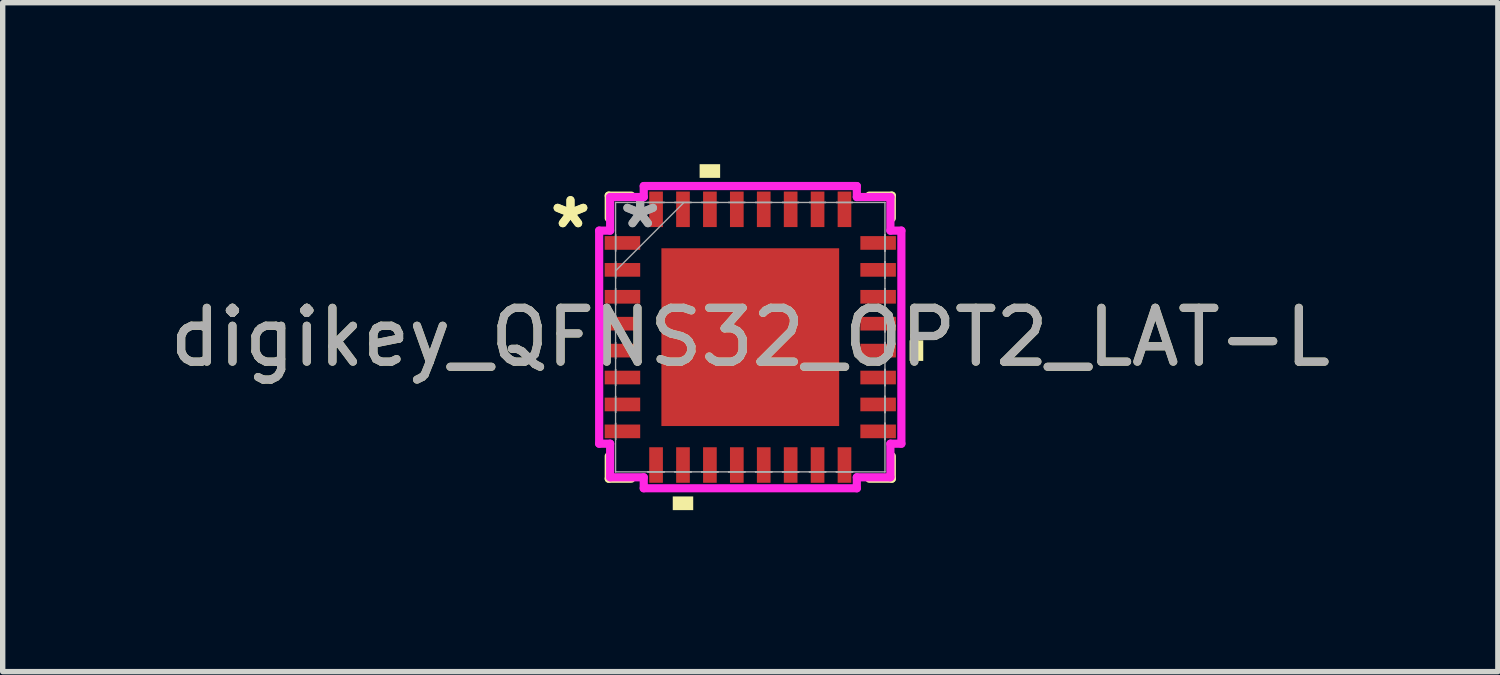
<source format=kicad_pcb>
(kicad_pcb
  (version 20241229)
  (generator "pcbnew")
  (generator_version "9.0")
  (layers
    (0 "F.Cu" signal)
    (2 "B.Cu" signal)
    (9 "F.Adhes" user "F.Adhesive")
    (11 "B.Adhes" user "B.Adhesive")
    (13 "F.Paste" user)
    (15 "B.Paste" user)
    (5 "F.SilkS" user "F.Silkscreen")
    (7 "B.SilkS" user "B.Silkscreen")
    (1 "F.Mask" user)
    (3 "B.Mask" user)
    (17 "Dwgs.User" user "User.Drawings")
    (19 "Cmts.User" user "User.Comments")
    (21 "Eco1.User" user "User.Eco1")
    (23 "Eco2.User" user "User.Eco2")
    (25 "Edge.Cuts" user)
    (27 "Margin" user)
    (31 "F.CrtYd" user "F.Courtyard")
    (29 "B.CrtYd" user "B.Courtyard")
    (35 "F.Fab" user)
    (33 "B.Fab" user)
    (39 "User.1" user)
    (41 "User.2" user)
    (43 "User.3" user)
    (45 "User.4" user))
  (footprint "digikey_QFNS32_OPT2_LAT-L"
    (layer "F.Cu")
    (at 10.887 3.213)
    (property "Reference" "digikey_QFNS32_OPT2_LAT-L" (at 0 0 0) (unlocked yes) (layer "F.SilkS") (effects (font (size 1 1) (thickness 0.15))))
    (attr smd)
    (fp_line (start -2.629 -2.629) (end -2.629 -2.21) (stroke (width 0.152) (type solid)) (layer "F.SilkS"))
    (fp_line (start -2.629 2.21) (end -2.629 2.629) (stroke (width 0.152) (type solid)) (layer "F.SilkS"))
    (fp_line (start -2.629 2.629) (end -2.21 2.629) (stroke (width 0.152) (type solid)) (layer "F.SilkS"))
    (fp_line (start -2.21 -2.629) (end -2.629 -2.629) (stroke (width 0.152) (type solid)) (layer "F.SilkS"))
    (fp_line (start 2.21 2.629) (end 2.629 2.629) (stroke (width 0.152) (type solid)) (layer "F.SilkS"))
    (fp_line (start 2.629 -2.629) (end 2.21 -2.629) (stroke (width 0.152) (type solid)) (layer "F.SilkS"))
    (fp_line (start 2.629 -2.21) (end 2.629 -2.629) (stroke (width 0.152) (type solid)) (layer "F.SilkS"))
    (fp_line (start 2.629 2.629) (end 2.629 2.21) (stroke (width 0.152) (type solid)) (layer "F.SilkS"))
    (fp_poly (pts (xy -1.44 2.959) (xy -1.44 3.213) (xy -1.06 3.213) (xy -1.06 2.959)) (stroke (width 0) (type solid)) (fill yes) (layer "F.SilkS"))
    (fp_poly (pts (xy -0.941 -2.959) (xy -0.941 -3.213) (xy -0.56 -3.213) (xy -0.56 -2.959)) (stroke (width 0) (type solid)) (fill yes) (layer "F.SilkS"))
    (fp_poly (pts (xy 3.213 0.059) (xy 3.213 0.441) (xy 2.959 0.441) (xy 2.959 0.059)) (stroke (width 0) (type solid)) (fill yes) (layer "F.SilkS"))
    (fp_poly (pts (xy -1.551 -1.551) (xy -1.551 -0.1) (xy -0.1 -0.1) (xy -0.1 -1.551)) (stroke (width 0) (type solid)) (fill yes) (layer "F.Paste"))
    (fp_poly (pts (xy -1.551 0.1) (xy -1.551 1.551) (xy -0.1 1.551) (xy -0.1 0.1)) (stroke (width 0) (type solid)) (fill yes) (layer "F.Paste"))
    (fp_poly (pts (xy 0.1 -1.551) (xy 0.1 -0.1) (xy 1.551 -0.1) (xy 1.551 -1.551)) (stroke (width 0) (type solid)) (fill yes) (layer "F.Paste"))
    (fp_poly (pts (xy 0.1 0.1) (xy 0.1 1.551) (xy 1.551 1.551) (xy 1.551 0.1)) (stroke (width 0) (type solid)) (fill yes) (layer "F.Paste"))
    (fp_line (start -2.807 -1.979) (end -2.603 -1.979) (stroke (width 0.152) (type solid)) (layer "F.CrtYd"))
    (fp_line (start -2.807 1.979) (end -2.807 -1.979) (stroke (width 0.152) (type solid)) (layer "F.CrtYd"))
    (fp_line (start -2.603 -2.603) (end -1.979 -2.603) (stroke (width 0.152) (type solid)) (layer "F.CrtYd"))
    (fp_line (start -2.603 -1.979) (end -2.603 -2.603) (stroke (width 0.152) (type solid)) (layer "F.CrtYd"))
    (fp_line (start -2.603 1.979) (end -2.807 1.979) (stroke (width 0.152) (type solid)) (layer "F.CrtYd"))
    (fp_line (start -2.603 2.603) (end -2.603 1.979) (stroke (width 0.152) (type solid)) (layer "F.CrtYd"))
    (fp_line (start -1.979 -2.807) (end 1.979 -2.807) (stroke (width 0.152) (type solid)) (layer "F.CrtYd"))
    (fp_line (start -1.979 -2.603) (end -1.979 -2.807) (stroke (width 0.152) (type solid)) (layer "F.CrtYd"))
    (fp_line (start -1.979 2.603) (end -2.603 2.603) (stroke (width 0.152) (type solid)) (layer "F.CrtYd"))
    (fp_line (start -1.979 2.807) (end -1.979 2.603) (stroke (width 0.152) (type solid)) (layer "F.CrtYd"))
    (fp_line (start 1.979 -2.807) (end 1.979 -2.603) (stroke (width 0.152) (type solid)) (layer "F.CrtYd"))
    (fp_line (start 1.979 -2.603) (end 2.603 -2.603) (stroke (width 0.152) (type solid)) (layer "F.CrtYd"))
    (fp_line (start 1.979 2.603) (end 1.979 2.807) (stroke (width 0.152) (type solid)) (layer "F.CrtYd"))
    (fp_line (start 1.979 2.807) (end -1.979 2.807) (stroke (width 0.152) (type solid)) (layer "F.CrtYd"))
    (fp_line (start 2.603 -2.603) (end 2.603 -1.979) (stroke (width 0.152) (type solid)) (layer "F.CrtYd"))
    (fp_line (start 2.603 -1.979) (end 2.807 -1.979) (stroke (width 0.152) (type solid)) (layer "F.CrtYd"))
    (fp_line (start 2.603 1.979) (end 2.603 2.603) (stroke (width 0.152) (type solid)) (layer "F.CrtYd"))
    (fp_line (start 2.603 2.603) (end 1.979 2.603) (stroke (width 0.152) (type solid)) (layer "F.CrtYd"))
    (fp_line (start 2.807 -1.979) (end 2.807 1.979) (stroke (width 0.152) (type solid)) (layer "F.CrtYd"))
    (fp_line (start 2.807 1.979) (end 2.603 1.979) (stroke (width 0.152) (type solid)) (layer "F.CrtYd"))
    (fp_line (start -2.502 -2.502) (end -2.502 -2.502) (stroke (width 0.025) (type solid)) (layer "F.Fab"))
    (fp_line (start -2.502 -2.502) (end -2.502 2.502) (stroke (width 0.025) (type solid)) (layer "F.Fab"))
    (fp_line (start -2.502 -1.902) (end -2.502 -1.902) (stroke (width 0.025) (type solid)) (layer "F.Fab"))
    (fp_line (start -2.502 -1.902) (end -2.502 -1.598) (stroke (width 0.025) (type solid)) (layer "F.Fab"))
    (fp_line (start -2.502 -1.598) (end -2.502 -1.902) (stroke (width 0.025) (type solid)) (layer "F.Fab"))
    (fp_line (start -2.502 -1.598) (end -2.502 -1.598) (stroke (width 0.025) (type solid)) (layer "F.Fab"))
    (fp_line (start -2.502 -1.402) (end -2.502 -1.402) (stroke (width 0.025) (type solid)) (layer "F.Fab"))
    (fp_line (start -2.502 -1.402) (end -2.502 -1.098) (stroke (width 0.025) (type solid)) (layer "F.Fab"))
    (fp_line (start -2.502 -1.232) (end -1.232 -2.502) (stroke (width 0.025) (type solid)) (layer "F.Fab"))
    (fp_line (start -2.502 -1.098) (end -2.502 -1.402) (stroke (width 0.025) (type solid)) (layer "F.Fab"))
    (fp_line (start -2.502 -1.098) (end -2.502 -1.098) (stroke (width 0.025) (type solid)) (layer "F.Fab"))
    (fp_line (start -2.502 -0.902) (end -2.502 -0.902) (stroke (width 0.025) (type solid)) (layer "F.Fab"))
    (fp_line (start -2.502 -0.902) (end -2.502 -0.598) (stroke (width 0.025) (type solid)) (layer "F.Fab"))
    (fp_line (start -2.502 -0.598) (end -2.502 -0.902) (stroke (width 0.025) (type solid)) (layer "F.Fab"))
    (fp_line (start -2.502 -0.598) (end -2.502 -0.598) (stroke (width 0.025) (type solid)) (layer "F.Fab"))
    (fp_line (start -2.502 -0.402) (end -2.502 -0.402) (stroke (width 0.025) (type solid)) (layer "F.Fab"))
    (fp_line (start -2.502 -0.402) (end -2.502 -0.098) (stroke (width 0.025) (type solid)) (layer "F.Fab"))
    (fp_line (start -2.502 -0.098) (end -2.502 -0.402) (stroke (width 0.025) (type solid)) (layer "F.Fab"))
    (fp_line (start -2.502 -0.098) (end -2.502 -0.098) (stroke (width 0.025) (type solid)) (layer "F.Fab"))
    (fp_line (start -2.502 0.098) (end -2.502 0.098) (stroke (width 0.025) (type solid)) (layer "F.Fab"))
    (fp_line (start -2.502 0.098) (end -2.502 0.402) (stroke (width 0.025) (type solid)) (layer "F.Fab"))
    (fp_line (start -2.502 0.402) (end -2.502 0.098) (stroke (width 0.025) (type solid)) (layer "F.Fab"))
    (fp_line (start -2.502 0.402) (end -2.502 0.402) (stroke (width 0.025) (type solid)) (layer "F.Fab"))
    (fp_line (start -2.502 0.598) (end -2.502 0.598) (stroke (width 0.025) (type solid)) (layer "F.Fab"))
    (fp_line (start -2.502 0.598) (end -2.502 0.902) (stroke (width 0.025) (type solid)) (layer "F.Fab"))
    (fp_line (start -2.502 0.902) (end -2.502 0.598) (stroke (width 0.025) (type solid)) (layer "F.Fab"))
    (fp_line (start -2.502 0.902) (end -2.502 0.902) (stroke (width 0.025) (type solid)) (layer "F.Fab"))
    (fp_line (start -2.502 1.098) (end -2.502 1.098) (stroke (width 0.025) (type solid)) (layer "F.Fab"))
    (fp_line (start -2.502 1.098) (end -2.502 1.402) (stroke (width 0.025) (type solid)) (layer "F.Fab"))
    (fp_line (start -2.502 1.402) (end -2.502 1.098) (stroke (width 0.025) (type solid)) (layer "F.Fab"))
    (fp_line (start -2.502 1.402) (end -2.502 1.402) (stroke (width 0.025) (type solid)) (layer "F.Fab"))
    (fp_line (start -2.502 1.598) (end -2.502 1.598) (stroke (width 0.025) (type solid)) (layer "F.Fab"))
    (fp_line (start -2.502 1.598) (end -2.502 1.902) (stroke (width 0.025) (type solid)) (layer "F.Fab"))
    (fp_line (start -2.502 1.902) (end -2.502 1.598) (stroke (width 0.025) (type solid)) (layer "F.Fab"))
    (fp_line (start -2.502 1.902) (end -2.502 1.902) (stroke (width 0.025) (type solid)) (layer "F.Fab"))
    (fp_line (start -2.502 2.502) (end -2.502 2.502) (stroke (width 0.025) (type solid)) (layer "F.Fab"))
    (fp_line (start -2.502 2.502) (end 2.502 2.502) (stroke (width 0.025) (type solid)) (layer "F.Fab"))
    (fp_line (start -1.902 -2.502) (end -1.902 -2.502) (stroke (width 0.025) (type solid)) (layer "F.Fab"))
    (fp_line (start -1.902 -2.502) (end -1.598 -2.502) (stroke (width 0.025) (type solid)) (layer "F.Fab"))
    (fp_line (start -1.902 2.502) (end -1.902 2.502) (stroke (width 0.025) (type solid)) (layer "F.Fab"))
    (fp_line (start -1.902 2.502) (end -1.598 2.502) (stroke (width 0.025) (type solid)) (layer "F.Fab"))
    (fp_line (start -1.598 -2.502) (end -1.902 -2.502) (stroke (width 0.025) (type solid)) (layer "F.Fab"))
    (fp_line (start -1.598 -2.502) (end -1.598 -2.502) (stroke (width 0.025) (type solid)) (layer "F.Fab"))
    (fp_line (start -1.598 2.502) (end -1.902 2.502) (stroke (width 0.025) (type solid)) (layer "F.Fab"))
    (fp_line (start -1.598 2.502) (end -1.598 2.502) (stroke (width 0.025) (type solid)) (layer "F.Fab"))
    (fp_line (start -1.402 -2.502) (end -1.402 -2.502) (stroke (width 0.025) (type solid)) (layer "F.Fab"))
    (fp_line (start -1.402 -2.502) (end -1.098 -2.502) (stroke (width 0.025) (type solid)) (layer "F.Fab"))
    (fp_line (start -1.402 2.502) (end -1.402 2.502) (stroke (width 0.025) (type solid)) (layer "F.Fab"))
    (fp_line (start -1.402 2.502) (end -1.098 2.502) (stroke (width 0.025) (type solid)) (layer "F.Fab"))
    (fp_line (start -1.098 -2.502) (end -1.402 -2.502) (stroke (width 0.025) (type solid)) (layer "F.Fab"))
    (fp_line (start -1.098 -2.502) (end -1.098 -2.502) (stroke (width 0.025) (type solid)) (layer "F.Fab"))
    (fp_line (start -1.098 2.502) (end -1.402 2.502) (stroke (width 0.025) (type solid)) (layer "F.Fab"))
    (fp_line (start -1.098 2.502) (end -1.098 2.502) (stroke (width 0.025) (type solid)) (layer "F.Fab"))
    (fp_line (start -0.902 -2.502) (end -0.902 -2.502) (stroke (width 0.025) (type solid)) (layer "F.Fab"))
    (fp_line (start -0.902 -2.502) (end -0.598 -2.502) (stroke (width 0.025) (type solid)) (layer "F.Fab"))
    (fp_line (start -0.902 2.502) (end -0.902 2.502) (stroke (width 0.025) (type solid)) (layer "F.Fab"))
    (fp_line (start -0.902 2.502) (end -0.598 2.502) (stroke (width 0.025) (type solid)) (layer "F.Fab"))
    (fp_line (start -0.598 -2.502) (end -0.902 -2.502) (stroke (width 0.025) (type solid)) (layer "F.Fab"))
    (fp_line (start -0.598 -2.502) (end -0.598 -2.502) (stroke (width 0.025) (type solid)) (layer "F.Fab"))
    (fp_line (start -0.598 2.502) (end -0.902 2.502) (stroke (width 0.025) (type solid)) (layer "F.Fab"))
    (fp_line (start -0.598 2.502) (end -0.598 2.502) (stroke (width 0.025) (type solid)) (layer "F.Fab"))
    (fp_line (start -0.402 -2.502) (end -0.402 -2.502) (stroke (width 0.025) (type solid)) (layer "F.Fab"))
    (fp_line (start -0.402 -2.502) (end -0.098 -2.502) (stroke (width 0.025) (type solid)) (layer "F.Fab"))
    (fp_line (start -0.402 2.502) (end -0.402 2.502) (stroke (width 0.025) (type solid)) (layer "F.Fab"))
    (fp_line (start -0.402 2.502) (end -0.098 2.502) (stroke (width 0.025) (type solid)) (layer "F.Fab"))
    (fp_line (start -0.098 -2.502) (end -0.402 -2.502) (stroke (width 0.025) (type solid)) (layer "F.Fab"))
    (fp_line (start -0.098 -2.502) (end -0.098 -2.502) (stroke (width 0.025) (type solid)) (layer "F.Fab"))
    (fp_line (start -0.098 2.502) (end -0.402 2.502) (stroke (width 0.025) (type solid)) (layer "F.Fab"))
    (fp_line (start -0.098 2.502) (end -0.098 2.502) (stroke (width 0.025) (type solid)) (layer "F.Fab"))
    (fp_line (start 0.098 -2.502) (end 0.098 -2.502) (stroke (width 0.025) (type solid)) (layer "F.Fab"))
    (fp_line (start 0.098 -2.502) (end 0.402 -2.502) (stroke (width 0.025) (type solid)) (layer "F.Fab"))
    (fp_line (start 0.098 2.502) (end 0.098 2.502) (stroke (width 0.025) (type solid)) (layer "F.Fab"))
    (fp_line (start 0.098 2.502) (end 0.402 2.502) (stroke (width 0.025) (type solid)) (layer "F.Fab"))
    (fp_line (start 0.402 -2.502) (end 0.098 -2.502) (stroke (width 0.025) (type solid)) (layer "F.Fab"))
    (fp_line (start 0.402 -2.502) (end 0.402 -2.502) (stroke (width 0.025) (type solid)) (layer "F.Fab"))
    (fp_line (start 0.402 2.502) (end 0.098 2.502) (stroke (width 0.025) (type solid)) (layer "F.Fab"))
    (fp_line (start 0.402 2.502) (end 0.402 2.502) (stroke (width 0.025) (type solid)) (layer "F.Fab"))
    (fp_line (start 0.598 -2.502) (end 0.598 -2.502) (stroke (width 0.025) (type solid)) (layer "F.Fab"))
    (fp_line (start 0.598 -2.502) (end 0.902 -2.502) (stroke (width 0.025) (type solid)) (layer "F.Fab"))
    (fp_line (start 0.598 2.502) (end 0.598 2.502) (stroke (width 0.025) (type solid)) (layer "F.Fab"))
    (fp_line (start 0.598 2.502) (end 0.902 2.502) (stroke (width 0.025) (type solid)) (layer "F.Fab"))
    (fp_line (start 0.902 -2.502) (end 0.598 -2.502) (stroke (width 0.025) (type solid)) (layer "F.Fab"))
    (fp_line (start 0.902 -2.502) (end 0.902 -2.502) (stroke (width 0.025) (type solid)) (layer "F.Fab"))
    (fp_line (start 0.902 2.502) (end 0.598 2.502) (stroke (width 0.025) (type solid)) (layer "F.Fab"))
    (fp_line (start 0.902 2.502) (end 0.902 2.502) (stroke (width 0.025) (type solid)) (layer "F.Fab"))
    (fp_line (start 1.098 -2.502) (end 1.098 -2.502) (stroke (width 0.025) (type solid)) (layer "F.Fab"))
    (fp_line (start 1.098 -2.502) (end 1.402 -2.502) (stroke (width 0.025) (type solid)) (layer "F.Fab"))
    (fp_line (start 1.098 2.502) (end 1.098 2.502) (stroke (width 0.025) (type solid)) (layer "F.Fab"))
    (fp_line (start 1.098 2.502) (end 1.402 2.502) (stroke (width 0.025) (type solid)) (layer "F.Fab"))
    (fp_line (start 1.402 -2.502) (end 1.098 -2.502) (stroke (width 0.025) (type solid)) (layer "F.Fab"))
    (fp_line (start 1.402 -2.502) (end 1.402 -2.502) (stroke (width 0.025) (type solid)) (layer "F.Fab"))
    (fp_line (start 1.402 2.502) (end 1.098 2.502) (stroke (width 0.025) (type solid)) (layer "F.Fab"))
    (fp_line (start 1.402 2.502) (end 1.402 2.502) (stroke (width 0.025) (type solid)) (layer "F.Fab"))
    (fp_line (start 1.598 -2.502) (end 1.598 -2.502) (stroke (width 0.025) (type solid)) (layer "F.Fab"))
    (fp_line (start 1.598 -2.502) (end 1.902 -2.502) (stroke (width 0.025) (type solid)) (layer "F.Fab"))
    (fp_line (start 1.598 2.502) (end 1.598 2.502) (stroke (width 0.025) (type solid)) (layer "F.Fab"))
    (fp_line (start 1.598 2.502) (end 1.902 2.502) (stroke (width 0.025) (type solid)) (layer "F.Fab"))
    (fp_line (start 1.902 -2.502) (end 1.598 -2.502) (stroke (width 0.025) (type solid)) (layer "F.Fab"))
    (fp_line (start 1.902 -2.502) (end 1.902 -2.502) (stroke (width 0.025) (type solid)) (layer "F.Fab"))
    (fp_line (start 1.902 2.502) (end 1.598 2.502) (stroke (width 0.025) (type solid)) (layer "F.Fab"))
    (fp_line (start 1.902 2.502) (end 1.902 2.502) (stroke (width 0.025) (type solid)) (layer "F.Fab"))
    (fp_line (start 2.502 -2.502) (end -2.502 -2.502) (stroke (width 0.025) (type solid)) (layer "F.Fab"))
    (fp_line (start 2.502 -2.502) (end 2.502 -2.502) (stroke (width 0.025) (type solid)) (layer "F.Fab"))
    (fp_line (start 2.502 -1.902) (end 2.502 -1.902) (stroke (width 0.025) (type solid)) (layer "F.Fab"))
    (fp_line (start 2.502 -1.902) (end 2.502 -1.598) (stroke (width 0.025) (type solid)) (layer "F.Fab"))
    (fp_line (start 2.502 -1.598) (end 2.502 -1.902) (stroke (width 0.025) (type solid)) (layer "F.Fab"))
    (fp_line (start 2.502 -1.598) (end 2.502 -1.598) (stroke (width 0.025) (type solid)) (layer "F.Fab"))
    (fp_line (start 2.502 -1.402) (end 2.502 -1.402) (stroke (width 0.025) (type solid)) (layer "F.Fab"))
    (fp_line (start 2.502 -1.402) (end 2.502 -1.098) (stroke (width 0.025) (type solid)) (layer "F.Fab"))
    (fp_line (start 2.502 -1.098) (end 2.502 -1.402) (stroke (width 0.025) (type solid)) (layer "F.Fab"))
    (fp_line (start 2.502 -1.098) (end 2.502 -1.098) (stroke (width 0.025) (type solid)) (layer "F.Fab"))
    (fp_line (start 2.502 -0.902) (end 2.502 -0.902) (stroke (width 0.025) (type solid)) (layer "F.Fab"))
    (fp_line (start 2.502 -0.902) (end 2.502 -0.598) (stroke (width 0.025) (type solid)) (layer "F.Fab"))
    (fp_line (start 2.502 -0.598) (end 2.502 -0.902) (stroke (width 0.025) (type solid)) (layer "F.Fab"))
    (fp_line (start 2.502 -0.598) (end 2.502 -0.598) (stroke (width 0.025) (type solid)) (layer "F.Fab"))
    (fp_line (start 2.502 -0.402) (end 2.502 -0.402) (stroke (width 0.025) (type solid)) (layer "F.Fab"))
    (fp_line (start 2.502 -0.402) (end 2.502 -0.098) (stroke (width 0.025) (type solid)) (layer "F.Fab"))
    (fp_line (start 2.502 -0.098) (end 2.502 -0.402) (stroke (width 0.025) (type solid)) (layer "F.Fab"))
    (fp_line (start 2.502 -0.098) (end 2.502 -0.098) (stroke (width 0.025) (type solid)) (layer "F.Fab"))
    (fp_line (start 2.502 0.098) (end 2.502 0.098) (stroke (width 0.025) (type solid)) (layer "F.Fab"))
    (fp_line (start 2.502 0.098) (end 2.502 0.402) (stroke (width 0.025) (type solid)) (layer "F.Fab"))
    (fp_line (start 2.502 0.402) (end 2.502 0.098) (stroke (width 0.025) (type solid)) (layer "F.Fab"))
    (fp_line (start 2.502 0.402) (end 2.502 0.402) (stroke (width 0.025) (type solid)) (layer "F.Fab"))
    (fp_line (start 2.502 0.598) (end 2.502 0.598) (stroke (width 0.025) (type solid)) (layer "F.Fab"))
    (fp_line (start 2.502 0.598) (end 2.502 0.902) (stroke (width 0.025) (type solid)) (layer "F.Fab"))
    (fp_line (start 2.502 0.902) (end 2.502 0.598) (stroke (width 0.025) (type solid)) (layer "F.Fab"))
    (fp_line (start 2.502 0.902) (end 2.502 0.902) (stroke (width 0.025) (type solid)) (layer "F.Fab"))
    (fp_line (start 2.502 1.098) (end 2.502 1.098) (stroke (width 0.025) (type solid)) (layer "F.Fab"))
    (fp_line (start 2.502 1.098) (end 2.502 1.402) (stroke (width 0.025) (type solid)) (layer "F.Fab"))
    (fp_line (start 2.502 1.402) (end 2.502 1.098) (stroke (width 0.025) (type solid)) (layer "F.Fab"))
    (fp_line (start 2.502 1.402) (end 2.502 1.402) (stroke (width 0.025) (type solid)) (layer "F.Fab"))
    (fp_line (start 2.502 1.598) (end 2.502 1.598) (stroke (width 0.025) (type solid)) (layer "F.Fab"))
    (fp_line (start 2.502 1.598) (end 2.502 1.902) (stroke (width 0.025) (type solid)) (layer "F.Fab"))
    (fp_line (start 2.502 1.902) (end 2.502 1.598) (stroke (width 0.025) (type solid)) (layer "F.Fab"))
    (fp_line (start 2.502 1.902) (end 2.502 1.902) (stroke (width 0.025) (type solid)) (layer "F.Fab"))
    (fp_line (start 2.502 2.502) (end 2.502 -2.502) (stroke (width 0.025) (type solid)) (layer "F.Fab"))
    (fp_line (start 2.502 2.502) (end 2.502 2.502) (stroke (width 0.025) (type solid)) (layer "F.Fab"))
    (fp_text user "*" (at -3.34 -2 0) (layer "F.SilkS") (effects (font (size 1 1) (thickness 0.15))))
    (fp_text user "*" (at -3.34 -2 0) (unlocked yes) (layer "F.SilkS") (effects (font (size 1 1) (thickness 0.15))))
    (fp_text user "${REFERENCE}" (at 0 0 0) (unlocked yes) (layer "F.Fab") (effects (font (size 1 1) (thickness 0.15))))
    (fp_text user "*" (at -2.045 -2 0) (layer "F.Fab") (effects (font (size 1 1) (thickness 0.15))))
    (fp_text user "*" (at -2.045 -2 0) (unlocked yes) (layer "F.Fab") (effects (font (size 1 1) (thickness 0.15))))
    (pad "1" smd rect (at -2.375 -1.75 90) (size 0.254 0.66) (layers "F.Cu" "F.Mask" "F.Paste"))
    (pad "2" smd rect (at -2.375 -1.25 90) (size 0.254 0.66) (layers "F.Cu" "F.Mask" "F.Paste"))
    (pad "3" smd rect (at -2.375 -0.75 90) (size 0.254 0.66) (layers "F.Cu" "F.Mask" "F.Paste"))
    (pad "4" smd rect (at -2.375 -0.25 90) (size 0.254 0.66) (layers "F.Cu" "F.Mask" "F.Paste"))
    (pad "5" smd rect (at -2.375 0.25 90) (size 0.254 0.66) (layers "F.Cu" "F.Mask" "F.Paste"))
    (pad "6" smd rect (at -2.375 0.75 90) (size 0.254 0.66) (layers "F.Cu" "F.Mask" "F.Paste"))
    (pad "7" smd rect (at -2.375 1.25 90) (size 0.254 0.66) (layers "F.Cu" "F.Mask" "F.Paste"))
    (pad "8" smd rect (at -2.375 1.75 90) (size 0.254 0.66) (layers "F.Cu" "F.Mask" "F.Paste"))
    (pad "9" smd rect (at -1.75 2.375) (size 0.254 0.66) (layers "F.Cu" "F.Mask" "F.Paste"))
    (pad "10" smd rect (at -1.25 2.375) (size 0.254 0.66) (layers "F.Cu" "F.Mask" "F.Paste"))
    (pad "11" smd rect (at -0.75 2.375) (size 0.254 0.66) (layers "F.Cu" "F.Mask" "F.Paste"))
    (pad "12" smd rect (at -0.25 2.375) (size 0.254 0.66) (layers "F.Cu" "F.Mask" "F.Paste"))
    (pad "13" smd rect (at 0.25 2.375) (size 0.254 0.66) (layers "F.Cu" "F.Mask" "F.Paste"))
    (pad "14" smd rect (at 0.75 2.375) (size 0.254 0.66) (layers "F.Cu" "F.Mask" "F.Paste"))
    (pad "15" smd rect (at 1.25 2.375) (size 0.254 0.66) (layers "F.Cu" "F.Mask" "F.Paste"))
    (pad "16" smd rect (at 1.75 2.375) (size 0.254 0.66) (layers "F.Cu" "F.Mask" "F.Paste"))
    (pad "17" smd rect (at 2.375 1.75 90) (size 0.254 0.66) (layers "F.Cu" "F.Mask" "F.Paste"))
    (pad "18" smd rect (at 2.375 1.25 90) (size 0.254 0.66) (layers "F.Cu" "F.Mask" "F.Paste"))
    (pad "19" smd rect (at 2.375 0.75 90) (size 0.254 0.66) (layers "F.Cu" "F.Mask" "F.Paste"))
    (pad "20" smd rect (at 2.375 0.25 90) (size 0.254 0.66) (layers "F.Cu" "F.Mask" "F.Paste"))
    (pad "21" smd rect (at 2.375 -0.25 90) (size 0.254 0.66) (layers "F.Cu" "F.Mask" "F.Paste"))
    (pad "22" smd rect (at 2.375 -0.75 90) (size 0.254 0.66) (layers "F.Cu" "F.Mask" "F.Paste"))
    (pad "23" smd rect (at 2.375 -1.25 90) (size 0.254 0.66) (layers "F.Cu" "F.Mask" "F.Paste"))
    (pad "24" smd rect (at 2.375 -1.75 90) (size 0.254 0.66) (layers "F.Cu" "F.Mask" "F.Paste"))
    (pad "25" smd rect (at 1.75 -2.375) (size 0.254 0.66) (layers "F.Cu" "F.Mask" "F.Paste"))
    (pad "26" smd rect (at 1.25 -2.375) (size 0.254 0.66) (layers "F.Cu" "F.Mask" "F.Paste"))
    (pad "27" smd rect (at 0.75 -2.375) (size 0.254 0.66) (layers "F.Cu" "F.Mask" "F.Paste"))
    (pad "28" smd rect (at 0.25 -2.375) (size 0.254 0.66) (layers "F.Cu" "F.Mask" "F.Paste"))
    (pad "29" smd rect (at -0.25 -2.375) (size 0.254 0.66) (layers "F.Cu" "F.Mask" "F.Paste"))
    (pad "30" smd rect (at -0.75 -2.375) (size 0.254 0.66) (layers "F.Cu" "F.Mask" "F.Paste"))
    (pad "31" smd rect (at -1.25 -2.375) (size 0.254 0.66) (layers "F.Cu" "F.Mask" "F.Paste"))
    (pad "32" smd rect (at -1.75 -2.375) (size 0.254 0.66) (layers "F.Cu" "F.Mask" "F.Paste"))
    (pad "33" smd rect (at 0 0) (size 3.302 3.302) (layers "F.Cu" "F.Mask" "F.Paste")))
  (gr_rect
    (start -3 -3)
    (end 24.774 9.426)
    (stroke (width 0.1) (type default))
    (fill no)
    (layer "Edge.Cuts")))
</source>
